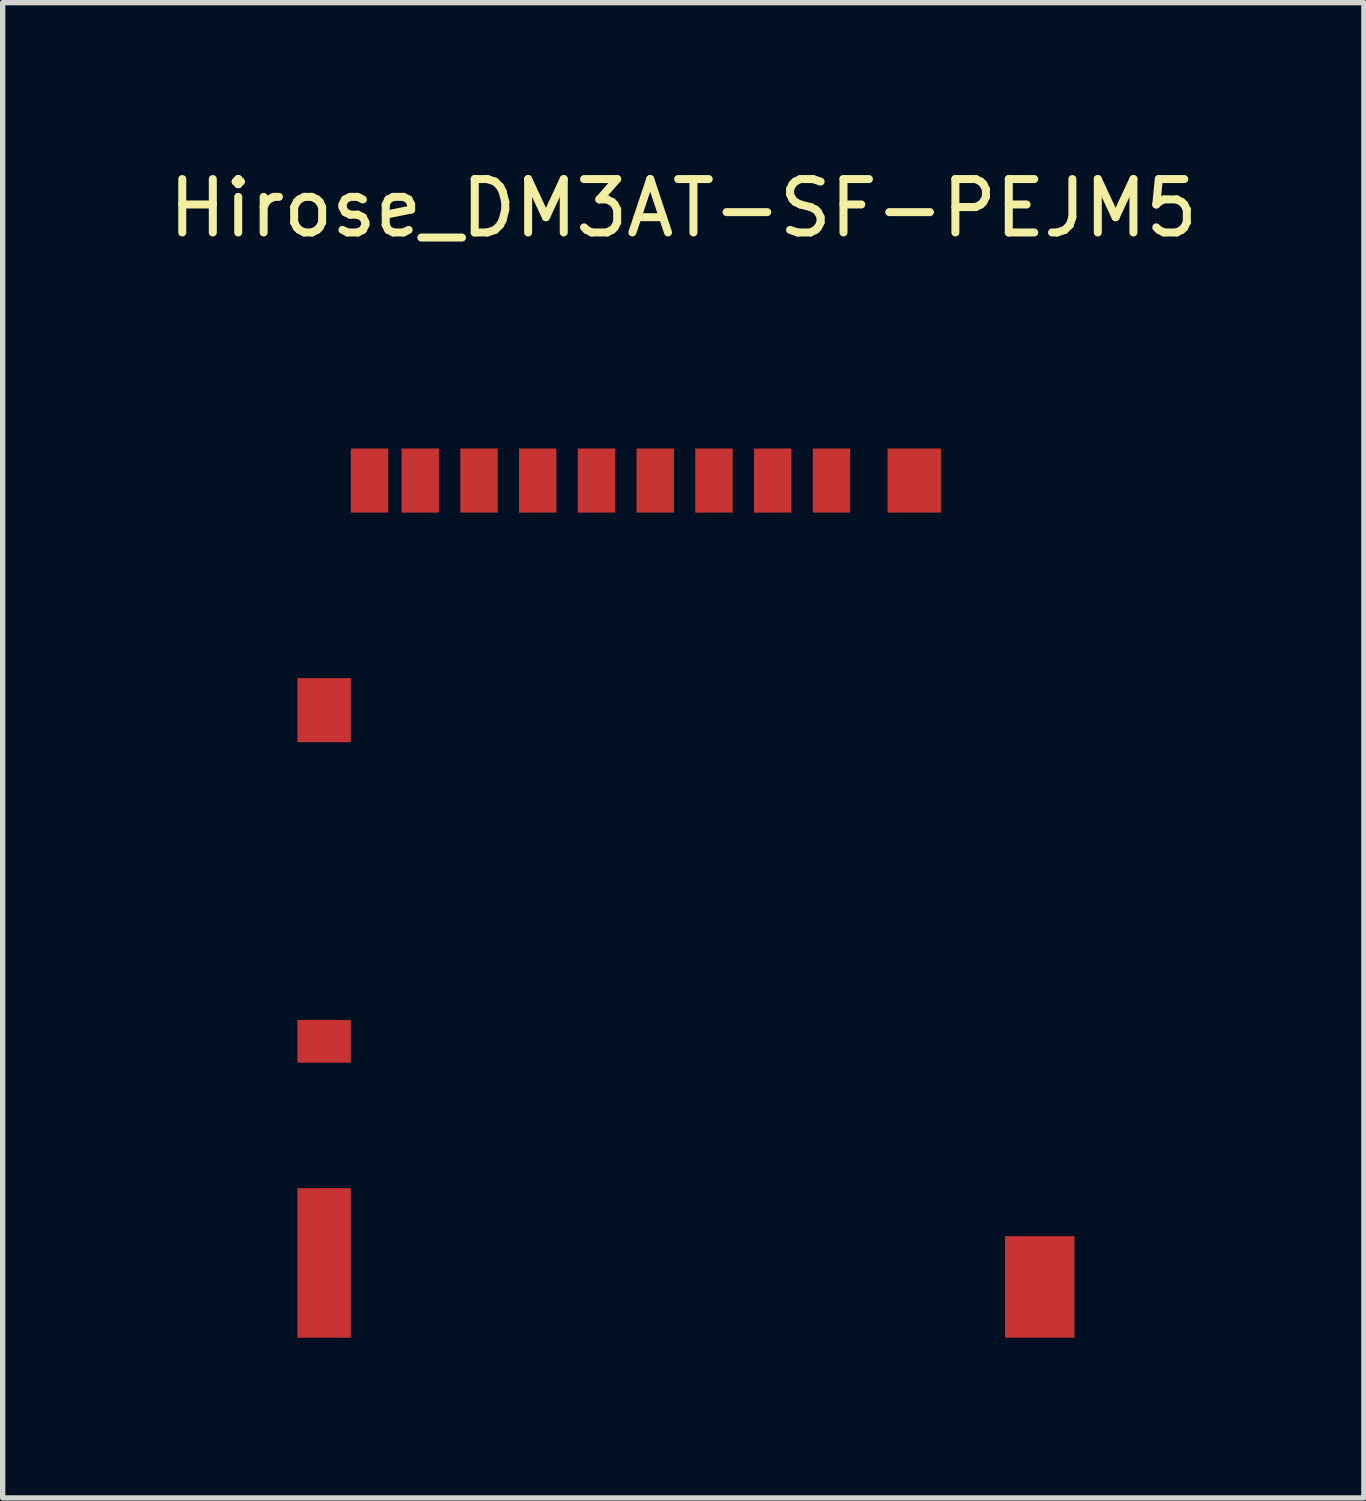
<source format=kicad_pcb>
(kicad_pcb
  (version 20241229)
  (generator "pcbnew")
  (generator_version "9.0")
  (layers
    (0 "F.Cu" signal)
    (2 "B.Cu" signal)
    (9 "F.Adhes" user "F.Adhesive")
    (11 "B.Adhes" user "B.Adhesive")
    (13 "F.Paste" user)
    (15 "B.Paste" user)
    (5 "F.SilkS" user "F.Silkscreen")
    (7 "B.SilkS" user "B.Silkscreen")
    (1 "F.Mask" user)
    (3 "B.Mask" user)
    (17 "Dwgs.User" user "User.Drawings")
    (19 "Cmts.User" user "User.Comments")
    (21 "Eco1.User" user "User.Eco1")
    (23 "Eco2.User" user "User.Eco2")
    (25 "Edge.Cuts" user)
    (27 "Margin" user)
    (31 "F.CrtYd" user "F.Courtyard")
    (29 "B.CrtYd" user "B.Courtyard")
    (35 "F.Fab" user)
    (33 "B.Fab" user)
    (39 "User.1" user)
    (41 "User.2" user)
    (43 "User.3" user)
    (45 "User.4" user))
  (footprint "Hirose_DM3AT-SF-PEJM5"
    (layer "F.Cu")
    (at 9.744 5.848)
    (property "Reference" "Hirose_DM3AT-SF-PEJM5" (at 0 -5 0) (layer "F.SilkS") (effects (font (size 1 1) (thickness 0.15))))
    (attr through_hole)
    (pad "1" smd rect (at 2.775 0.1) (size 0.7 1.2) (layers "F.Cu" "F.Mask" "F.Paste"))
    (pad "2" smd rect (at 1.675 0.1) (size 0.7 1.2) (layers "F.Cu" "F.Mask" "F.Paste"))
    (pad "3" smd rect (at 0.575 0.1) (size 0.7 1.2) (layers "F.Cu" "F.Mask" "F.Paste"))
    (pad "4" smd rect (at -0.525 0.1) (size 0.7 1.2) (layers "F.Cu" "F.Mask" "F.Paste"))
    (pad "5" smd rect (at -1.625 0.1) (size 0.7 1.2) (layers "F.Cu" "F.Mask" "F.Paste"))
    (pad "6" smd rect (at -2.725 0.1) (size 0.7 1.2) (layers "F.Cu" "F.Mask" "F.Paste"))
    (pad "7" smd rect (at -3.825 0.1) (size 0.7 1.2) (layers "F.Cu" "F.Mask" "F.Paste"))
    (pad "8" smd rect (at -4.925 0.1) (size 0.7 1.2) (layers "F.Cu" "F.Mask" "F.Paste"))
    (pad "9" smd rect (at -5.875 0.1) (size 0.7 1.2) (layers "F.Cu" "F.Mask" "F.Paste"))
    (pad "10" smd rect (at -6.725 10.6) (size 1 0.8) (layers "F.Cu" "F.Mask" "F.Paste"))
    (pad "SH" smd rect (at -6.725 4.4) (size 1 1.2) (layers "F.Cu" "F.Mask" "F.Paste"))
    (pad "SH" smd rect (at -6.725 14.75) (size 1 2.8) (layers "F.Cu" "F.Mask" "F.Paste"))
    (pad "SH" smd rect (at 4.325 0.1) (size 1 1.2) (layers "F.Cu" "F.Mask" "F.Paste"))
    (pad "SH" smd rect (at 6.675 15.2) (size 1.3 1.9) (layers "F.Cu" "F.Mask" "F.Paste")))
  (gr_rect
    (start -3 -3)
    (end 22.488 24.998)
    (stroke (width 0.1) (type default))
    (fill no)
    (layer "Edge.Cuts")))
</source>
